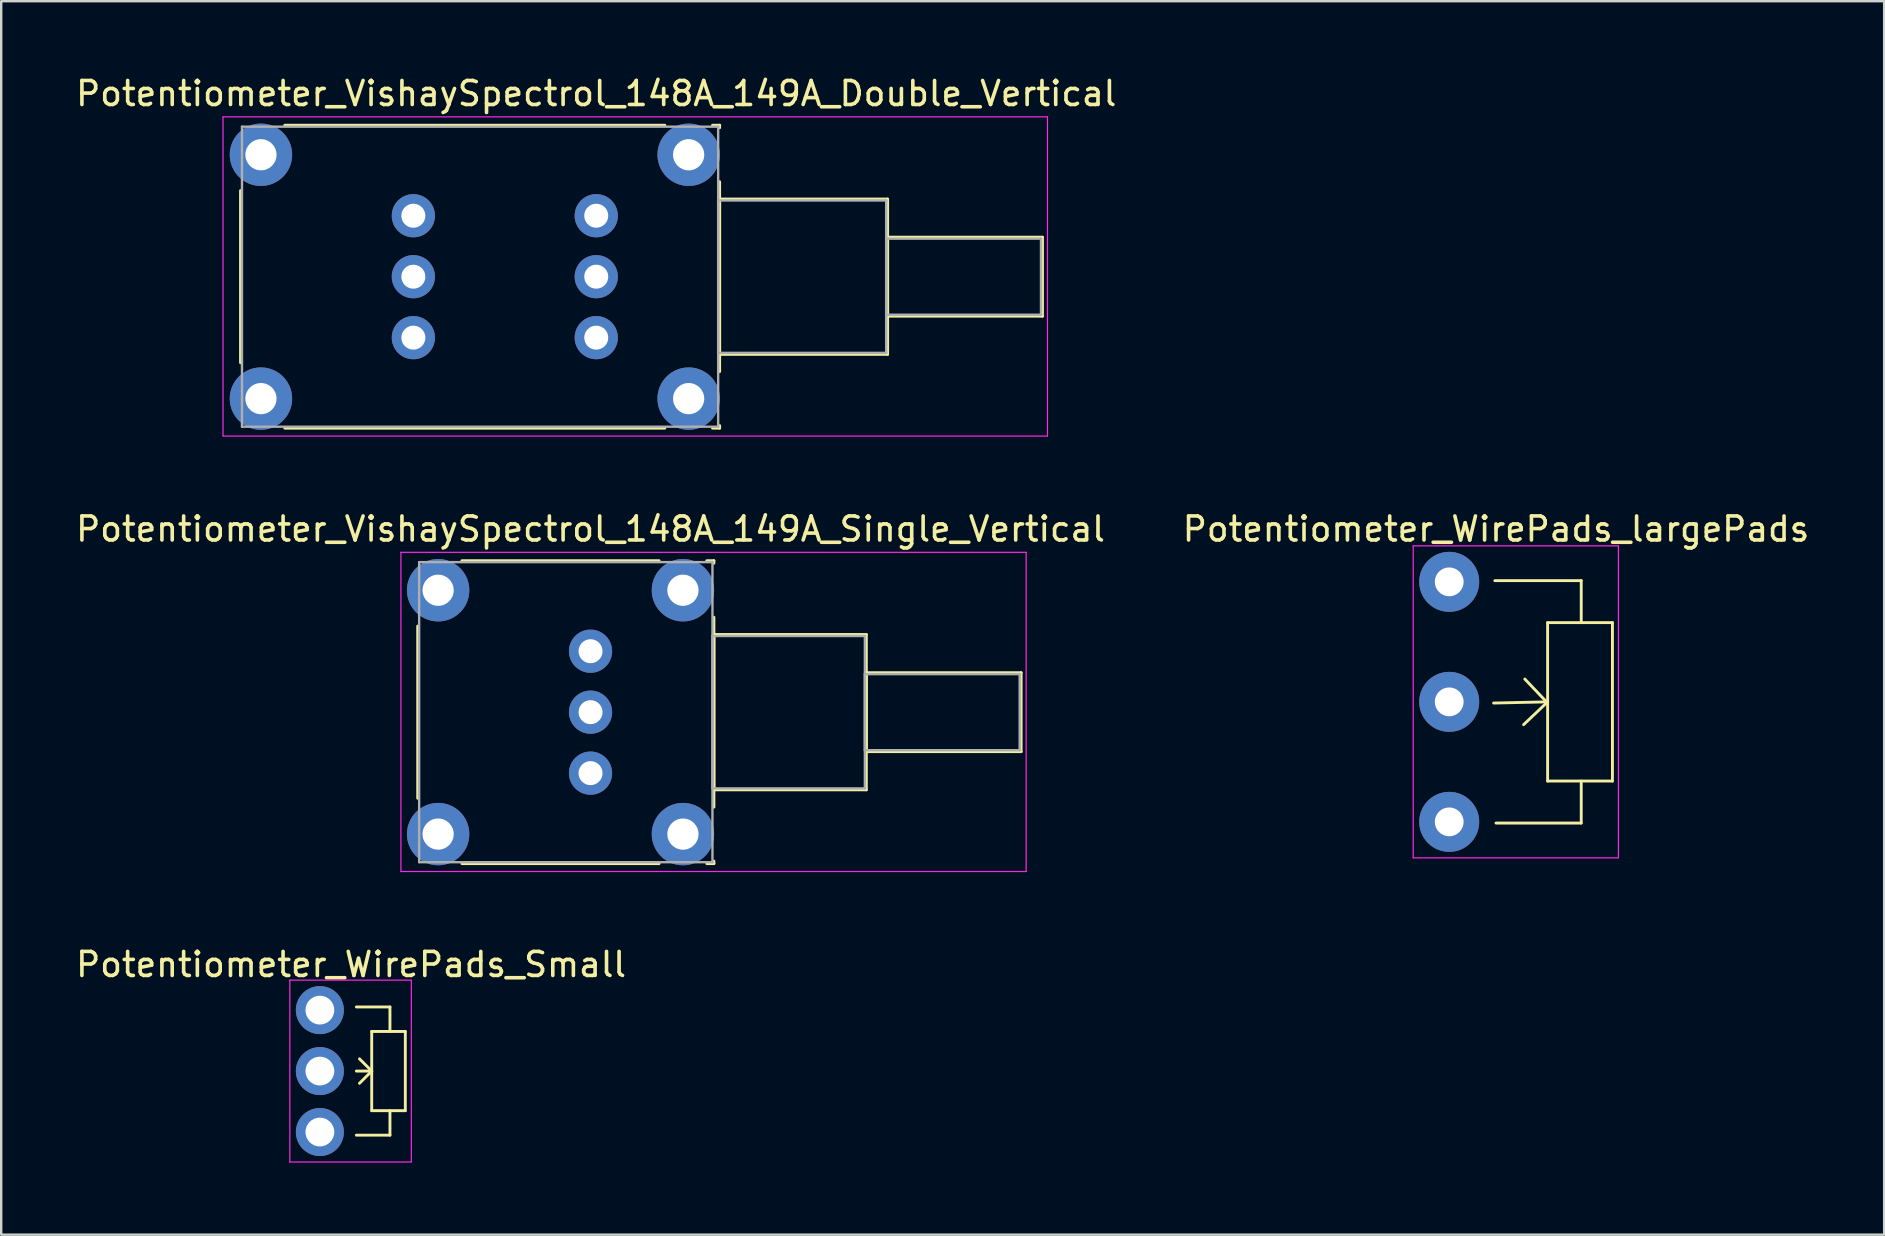
<source format=kicad_pcb>
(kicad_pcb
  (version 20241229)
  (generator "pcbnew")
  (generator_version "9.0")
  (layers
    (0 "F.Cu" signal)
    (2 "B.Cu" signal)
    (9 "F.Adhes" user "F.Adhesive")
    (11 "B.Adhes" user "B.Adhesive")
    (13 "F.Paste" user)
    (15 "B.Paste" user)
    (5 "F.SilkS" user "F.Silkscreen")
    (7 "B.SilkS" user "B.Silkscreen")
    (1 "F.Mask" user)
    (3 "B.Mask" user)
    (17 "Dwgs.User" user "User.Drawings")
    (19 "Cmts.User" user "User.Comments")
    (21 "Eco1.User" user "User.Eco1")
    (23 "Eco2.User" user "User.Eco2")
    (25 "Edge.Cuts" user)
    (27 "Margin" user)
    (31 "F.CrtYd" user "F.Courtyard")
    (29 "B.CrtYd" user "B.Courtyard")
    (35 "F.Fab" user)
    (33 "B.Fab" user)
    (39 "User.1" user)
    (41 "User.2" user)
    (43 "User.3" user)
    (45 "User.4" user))
  (footprint "Potentiometer_VishaySpectrol_148A_149A_Single_Vertical"
    (layer "F.Cu")
    (at 21.554 29.162)
    (property "Reference" "Potentiometer_VishaySpectrol_148A_149A_Single_Vertical" (at 0 -10.17 0) (layer "F.SilkS") (effects (font (size 1 1) (thickness 0.15))))
    (attr through_hole)
    (fp_line (start -7.2 -6.126) (end -7.2 1.046) (stroke (width 0.12) (type solid)) (layer "F.SilkS"))
    (fp_line (start -5.357 -8.85) (end 2.857 -8.85) (stroke (width 0.12) (type solid)) (layer "F.SilkS"))
    (fp_line (start -5.357 3.77) (end 2.857 3.77) (stroke (width 0.12) (type solid)) (layer "F.SilkS"))
    (fp_line (start 4.844 -8.85) (end 5.14 -8.85) (stroke (width 0.12) (type solid)) (layer "F.SilkS"))
    (fp_line (start 4.844 3.77) (end 5.14 3.77) (stroke (width 0.12) (type solid)) (layer "F.SilkS"))
    (fp_line (start 5.14 -8.85) (end 5.14 -8.746) (stroke (width 0.12) (type solid)) (layer "F.SilkS"))
    (fp_line (start 5.14 -6.496) (end 5.14 1.415) (stroke (width 0.12) (type solid)) (layer "F.SilkS"))
    (fp_line (start 5.14 -5.775) (end 5.14 0.695) (stroke (width 0.12) (type solid)) (layer "F.SilkS"))
    (fp_line (start 5.14 -5.775) (end 11.49 -5.775) (stroke (width 0.12) (type solid)) (layer "F.SilkS"))
    (fp_line (start 5.14 0.695) (end 11.49 0.695) (stroke (width 0.12) (type solid)) (layer "F.SilkS"))
    (fp_line (start 5.14 3.665) (end 5.14 3.77) (stroke (width 0.12) (type solid)) (layer "F.SilkS"))
    (fp_line (start 11.49 -5.775) (end 11.49 0.695) (stroke (width 0.12) (type solid)) (layer "F.SilkS"))
    (fp_line (start 11.49 -4.185) (end 11.49 -0.895) (stroke (width 0.12) (type solid)) (layer "F.SilkS"))
    (fp_line (start 11.49 -4.185) (end 17.94 -4.185) (stroke (width 0.12) (type solid)) (layer "F.SilkS"))
    (fp_line (start 11.49 -0.895) (end 17.94 -0.895) (stroke (width 0.12) (type solid)) (layer "F.SilkS"))
    (fp_line (start 17.94 -4.185) (end 17.94 -0.895) (stroke (width 0.12) (type solid)) (layer "F.SilkS"))
    (fp_line (start -7.9 -9.2) (end -7.9 4.1) (stroke (width 0.05) (type solid)) (layer "F.CrtYd"))
    (fp_line (start -7.9 4.1) (end 18.15 4.1) (stroke (width 0.05) (type solid)) (layer "F.CrtYd"))
    (fp_line (start 18.15 -9.2) (end -7.9 -9.2) (stroke (width 0.05) (type solid)) (layer "F.CrtYd"))
    (fp_line (start 18.15 4.1) (end 18.15 -9.2) (stroke (width 0.05) (type solid)) (layer "F.CrtYd"))
    (fp_line (start -7.14 -8.79) (end -7.14 3.71) (stroke (width 0.1) (type solid)) (layer "F.Fab"))
    (fp_line (start -7.14 3.71) (end 5.08 3.71) (stroke (width 0.1) (type solid)) (layer "F.Fab"))
    (fp_line (start 5.08 -8.79) (end -7.14 -8.79) (stroke (width 0.1) (type solid)) (layer "F.Fab"))
    (fp_line (start 5.08 -5.715) (end 5.08 0.635) (stroke (width 0.1) (type solid)) (layer "F.Fab"))
    (fp_line (start 5.08 0.635) (end 11.43 0.635) (stroke (width 0.1) (type solid)) (layer "F.Fab"))
    (fp_line (start 5.08 3.71) (end 5.08 -8.79) (stroke (width 0.1) (type solid)) (layer "F.Fab"))
    (fp_line (start 11.43 -5.715) (end 5.08 -5.715) (stroke (width 0.1) (type solid)) (layer "F.Fab"))
    (fp_line (start 11.43 -4.125) (end 11.43 -0.955) (stroke (width 0.1) (type solid)) (layer "F.Fab"))
    (fp_line (start 11.43 -0.955) (end 17.88 -0.955) (stroke (width 0.1) (type solid)) (layer "F.Fab"))
    (fp_line (start 11.43 0.635) (end 11.43 -5.715) (stroke (width 0.1) (type solid)) (layer "F.Fab"))
    (fp_line (start 17.88 -4.125) (end 11.43 -4.125) (stroke (width 0.1) (type solid)) (layer "F.Fab"))
    (fp_line (start 17.88 -0.955) (end 17.88 -4.125) (stroke (width 0.1) (type solid)) (layer "F.Fab"))
    (pad "0" thru_hole circle (at -6.35 -7.62) (size 2.6 2.6) (drill 1.3) (layers "*.Cu" "*.Mask"))
    (pad "0" thru_hole circle (at -6.35 2.54) (size 2.6 2.6) (drill 1.3) (layers "*.Cu" "*.Mask"))
    (pad "0" thru_hole circle (at 3.85 -7.62) (size 2.6 2.6) (drill 1.3) (layers "*.Cu" "*.Mask"))
    (pad "0" thru_hole circle (at 3.85 2.54) (size 2.6 2.6) (drill 1.3) (layers "*.Cu" "*.Mask"))
    (pad "1" thru_hole circle (at 0 0) (size 1.8 1.8) (drill 1) (layers "*.Cu" "*.Mask"))
    (pad "2" thru_hole circle (at 0 -2.54) (size 1.8 1.8) (drill 1) (layers "*.Cu" "*.Mask"))
    (pad "3" thru_hole circle (at 0 -5.08) (size 1.8 1.8) (drill 1) (layers "*.Cu" "*.Mask")))
  (footprint "Potentiometer_WirePads_Small"
    (layer "F.Cu")
    (at 10.277 39.035)
    (property "Reference" "Potentiometer_WirePads_Small" (at 1.3 -1.9 0) (layer "F.SilkS") (effects (font (size 1 1) (thickness 0.15))))
    (attr through_hole)
    (fp_line (start 2.16 0.89) (end 3.56 0.89) (stroke (width 0.12) (type solid)) (layer "F.SilkS"))
    (fp_line (start 2.16 2.54) (end 1.52 2.54) (stroke (width 0.12) (type solid)) (layer "F.SilkS"))
    (fp_line (start 2.16 2.54) (end 1.65 2.03) (stroke (width 0.12) (type solid)) (layer "F.SilkS"))
    (fp_line (start 2.16 2.54) (end 1.65 3.05) (stroke (width 0.12) (type solid)) (layer "F.SilkS"))
    (fp_line (start 2.16 4.19) (end 2.16 0.89) (stroke (width 0.12) (type solid)) (layer "F.SilkS"))
    (fp_line (start 2.92 -0.13) (end 1.52 -0.13) (stroke (width 0.12) (type solid)) (layer "F.SilkS"))
    (fp_line (start 2.92 0.89) (end 2.92 -0.13) (stroke (width 0.12) (type solid)) (layer "F.SilkS"))
    (fp_line (start 2.92 4.19) (end 2.92 5.21) (stroke (width 0.12) (type solid)) (layer "F.SilkS"))
    (fp_line (start 2.92 5.21) (end 1.52 5.21) (stroke (width 0.12) (type solid)) (layer "F.SilkS"))
    (fp_line (start 3.56 0.89) (end 3.56 4.19) (stroke (width 0.12) (type solid)) (layer "F.SilkS"))
    (fp_line (start 3.56 4.19) (end 2.16 4.19) (stroke (width 0.12) (type solid)) (layer "F.SilkS"))
    (fp_line (start -1.25 -1.25) (end -1.25 6.33) (stroke (width 0.05) (type solid)) (layer "F.CrtYd"))
    (fp_line (start -1.25 -1.25) (end 3.81 -1.25) (stroke (width 0.05) (type solid)) (layer "F.CrtYd"))
    (fp_line (start 3.81 6.33) (end -1.25 6.33) (stroke (width 0.05) (type solid)) (layer "F.CrtYd"))
    (fp_line (start 3.81 6.33) (end 3.81 -1.25) (stroke (width 0.05) (type solid)) (layer "F.CrtYd"))
    (pad "1" thru_hole circle (at 0 0) (size 2 2) (drill 1.2) (layers "*.Cu" "*.Mask"))
    (pad "2" thru_hole circle (at 0 2.54) (size 2 2) (drill 1.2) (layers "*.Cu" "*.Mask"))
    (pad "3" thru_hole circle (at 0 5.08) (size 2 2) (drill 1.2) (layers "*.Cu" "*.Mask")))
  (footprint "Potentiometer_WirePads_largePads"
    (layer "F.Cu")
    (at 57.33 21.192)
    (property "Reference" "Potentiometer_WirePads_largePads" (at 1.95 -2.2 0) (layer "F.SilkS") (effects (font (size 1 1) (thickness 0.15))))
    (attr through_hole)
    (fp_line (start 4.1 1.7) (end 6.8 1.7) (stroke (width 0.12) (type solid)) (layer "F.SilkS"))
    (fp_line (start 4.1 5) (end 1.85 5.05) (stroke (width 0.12) (type solid)) (layer "F.SilkS"))
    (fp_line (start 4.1 5) (end 3.1 5.95) (stroke (width 0.12) (type solid)) (layer "F.SilkS"))
    (fp_line (start 4.1 5.05) (end 3.15 4.05) (stroke (width 0.12) (type solid)) (layer "F.SilkS"))
    (fp_line (start 4.1 8.3) (end 4.1 1.7) (stroke (width 0.12) (type solid)) (layer "F.SilkS"))
    (fp_line (start 5.5 -0.05) (end 1.9 -0.05) (stroke (width 0.12) (type solid)) (layer "F.SilkS"))
    (fp_line (start 5.5 1.7) (end 5.5 -0.05) (stroke (width 0.12) (type solid)) (layer "F.SilkS"))
    (fp_line (start 5.5 8.3) (end 5.5 10.05) (stroke (width 0.12) (type solid)) (layer "F.SilkS"))
    (fp_line (start 5.5 10.05) (end 1.95 10.05) (stroke (width 0.12) (type solid)) (layer "F.SilkS"))
    (fp_line (start 6.8 1.7) (end 6.8 8.3) (stroke (width 0.12) (type solid)) (layer "F.SilkS"))
    (fp_line (start 6.8 8.3) (end 4.1 8.3) (stroke (width 0.12) (type solid)) (layer "F.SilkS"))
    (fp_line (start -1.5 -1.5) (end -1.5 11.5) (stroke (width 0.05) (type solid)) (layer "F.CrtYd"))
    (fp_line (start -1.5 -1.5) (end 7.05 -1.5) (stroke (width 0.05) (type solid)) (layer "F.CrtYd"))
    (fp_line (start 7.05 11.5) (end -1.5 11.5) (stroke (width 0.05) (type solid)) (layer "F.CrtYd"))
    (fp_line (start 7.05 11.5) (end 7.05 -1.5) (stroke (width 0.05) (type solid)) (layer "F.CrtYd"))
    (pad "1" thru_hole circle (at 0 0) (size 2.5 2.5) (drill 1.2) (layers "*.Cu" "*.Mask"))
    (pad "2" thru_hole circle (at 0 5) (size 2.5 2.5) (drill 1.2) (layers "*.Cu" "*.Mask"))
    (pad "3" thru_hole circle (at 0 10) (size 2.5 2.5) (drill 1.2) (layers "*.Cu" "*.Mask")))
  (footprint "Potentiometer_VishaySpectrol_148A_149A_Double_Vertical"
    (layer "F.Cu")
    (at 21.792 11.018)
    (property "Reference" "Potentiometer_VishaySpectrol_148A_149A_Double_Vertical" (at 0 -10.17 0) (layer "F.SilkS") (effects (font (size 1 1) (thickness 0.15))))
    (attr through_hole)
    (fp_line (start -14.82 -6.126) (end -14.82 1.046) (stroke (width 0.12) (type solid)) (layer "F.SilkS"))
    (fp_line (start -12.977 -8.85) (end 2.857 -8.85) (stroke (width 0.12) (type solid)) (layer "F.SilkS"))
    (fp_line (start -12.977 3.77) (end 2.857 3.77) (stroke (width 0.12) (type solid)) (layer "F.SilkS"))
    (fp_line (start 4.844 -8.85) (end 5.141 -8.85) (stroke (width 0.12) (type solid)) (layer "F.SilkS"))
    (fp_line (start 4.844 3.77) (end 5.141 3.77) (stroke (width 0.12) (type solid)) (layer "F.SilkS"))
    (fp_line (start 5.141 -8.85) (end 5.141 -8.746) (stroke (width 0.12) (type solid)) (layer "F.SilkS"))
    (fp_line (start 5.141 -6.496) (end 5.141 1.415) (stroke (width 0.12) (type solid)) (layer "F.SilkS"))
    (fp_line (start 5.141 -5.775) (end 5.141 0.695) (stroke (width 0.12) (type solid)) (layer "F.SilkS"))
    (fp_line (start 5.141 -5.775) (end 12.14 -5.775) (stroke (width 0.12) (type solid)) (layer "F.SilkS"))
    (fp_line (start 5.141 0.695) (end 12.14 0.695) (stroke (width 0.12) (type solid)) (layer "F.SilkS"))
    (fp_line (start 5.141 3.665) (end 5.141 3.77) (stroke (width 0.12) (type solid)) (layer "F.SilkS"))
    (fp_line (start 12.14 -5.775) (end 12.14 0.695) (stroke (width 0.12) (type solid)) (layer "F.SilkS"))
    (fp_line (start 12.14 -4.185) (end 12.14 -0.895) (stroke (width 0.12) (type solid)) (layer "F.SilkS"))
    (fp_line (start 12.14 -4.185) (end 18.591 -4.185) (stroke (width 0.12) (type solid)) (layer "F.SilkS"))
    (fp_line (start 12.14 -0.895) (end 18.591 -0.895) (stroke (width 0.12) (type solid)) (layer "F.SilkS"))
    (fp_line (start 18.591 -4.185) (end 18.591 -0.895) (stroke (width 0.12) (type solid)) (layer "F.SilkS"))
    (fp_line (start -15.55 -9.2) (end -15.55 4.1) (stroke (width 0.05) (type solid)) (layer "F.CrtYd"))
    (fp_line (start -15.55 4.1) (end 18.8 4.1) (stroke (width 0.05) (type solid)) (layer "F.CrtYd"))
    (fp_line (start 18.8 -9.2) (end -15.55 -9.2) (stroke (width 0.05) (type solid)) (layer "F.CrtYd"))
    (fp_line (start 18.8 4.1) (end 18.8 -9.2) (stroke (width 0.05) (type solid)) (layer "F.CrtYd"))
    (fp_line (start -14.76 -8.79) (end -14.76 3.71) (stroke (width 0.1) (type solid)) (layer "F.Fab"))
    (fp_line (start -14.76 3.71) (end 5.08 3.71) (stroke (width 0.1) (type solid)) (layer "F.Fab"))
    (fp_line (start 5.08 -8.79) (end -14.76 -8.79) (stroke (width 0.1) (type solid)) (layer "F.Fab"))
    (fp_line (start 5.08 -5.715) (end 5.08 0.635) (stroke (width 0.1) (type solid)) (layer "F.Fab"))
    (fp_line (start 5.08 0.635) (end 12.08 0.635) (stroke (width 0.1) (type solid)) (layer "F.Fab"))
    (fp_line (start 5.08 3.71) (end 5.08 -8.79) (stroke (width 0.1) (type solid)) (layer "F.Fab"))
    (fp_line (start 12.08 -5.715) (end 5.08 -5.715) (stroke (width 0.1) (type solid)) (layer "F.Fab"))
    (fp_line (start 12.08 -4.125) (end 12.08 -0.955) (stroke (width 0.1) (type solid)) (layer "F.Fab"))
    (fp_line (start 12.08 -0.955) (end 18.53 -0.955) (stroke (width 0.1) (type solid)) (layer "F.Fab"))
    (fp_line (start 12.08 0.635) (end 12.08 -5.715) (stroke (width 0.1) (type solid)) (layer "F.Fab"))
    (fp_line (start 18.53 -4.125) (end 12.08 -4.125) (stroke (width 0.1) (type solid)) (layer "F.Fab"))
    (fp_line (start 18.53 -0.955) (end 18.53 -4.125) (stroke (width 0.1) (type solid)) (layer "F.Fab"))
    (pad "0" thru_hole circle (at -13.97 -7.62) (size 2.6 2.6) (drill 1.3) (layers "*.Cu" "*.Mask"))
    (pad "0" thru_hole circle (at -13.97 2.54) (size 2.6 2.6) (drill 1.3) (layers "*.Cu" "*.Mask"))
    (pad "0" thru_hole circle (at 3.85 -7.62) (size 2.6 2.6) (drill 1.3) (layers "*.Cu" "*.Mask"))
    (pad "0" thru_hole circle (at 3.85 2.54) (size 2.6 2.6) (drill 1.3) (layers "*.Cu" "*.Mask"))
    (pad "1" thru_hole circle (at 0 0) (size 1.8 1.8) (drill 1) (layers "*.Cu" "*.Mask"))
    (pad "2" thru_hole circle (at 0 -2.54) (size 1.8 1.8) (drill 1) (layers "*.Cu" "*.Mask"))
    (pad "3" thru_hole circle (at 0 -5.08) (size 1.8 1.8) (drill 1) (layers "*.Cu" "*.Mask"))
    (pad "4" thru_hole circle (at -7.62 0) (size 1.8 1.8) (drill 1) (layers "*.Cu" "*.Mask"))
    (pad "5" thru_hole circle (at -7.62 -2.54) (size 1.8 1.8) (drill 1) (layers "*.Cu" "*.Mask"))
    (pad "6" thru_hole circle (at -7.62 -5.08) (size 1.8 1.8) (drill 1) (layers "*.Cu" "*.Mask")))
  (gr_rect
    (start -3 -3)
    (end 75.452 48.39)
    (stroke (width 0.1) (type default))
    (fill no)
    (layer "Edge.Cuts")))
</source>
